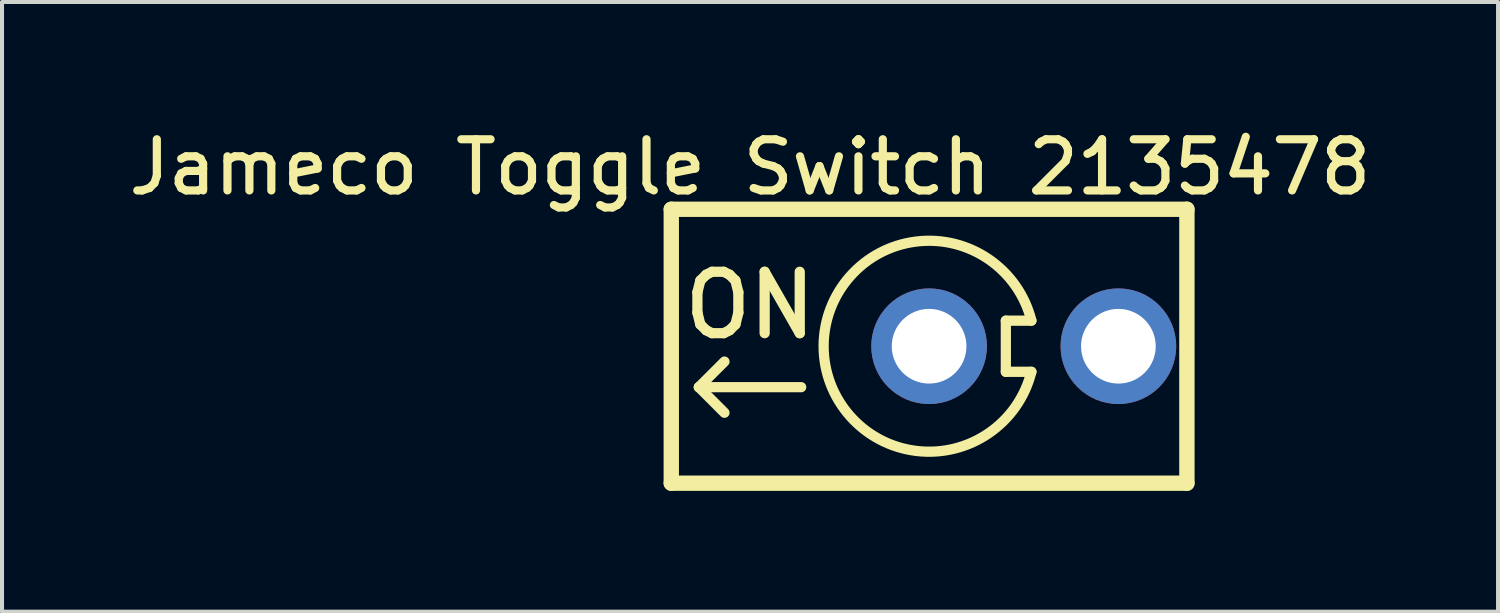
<source format=kicad_pcb>
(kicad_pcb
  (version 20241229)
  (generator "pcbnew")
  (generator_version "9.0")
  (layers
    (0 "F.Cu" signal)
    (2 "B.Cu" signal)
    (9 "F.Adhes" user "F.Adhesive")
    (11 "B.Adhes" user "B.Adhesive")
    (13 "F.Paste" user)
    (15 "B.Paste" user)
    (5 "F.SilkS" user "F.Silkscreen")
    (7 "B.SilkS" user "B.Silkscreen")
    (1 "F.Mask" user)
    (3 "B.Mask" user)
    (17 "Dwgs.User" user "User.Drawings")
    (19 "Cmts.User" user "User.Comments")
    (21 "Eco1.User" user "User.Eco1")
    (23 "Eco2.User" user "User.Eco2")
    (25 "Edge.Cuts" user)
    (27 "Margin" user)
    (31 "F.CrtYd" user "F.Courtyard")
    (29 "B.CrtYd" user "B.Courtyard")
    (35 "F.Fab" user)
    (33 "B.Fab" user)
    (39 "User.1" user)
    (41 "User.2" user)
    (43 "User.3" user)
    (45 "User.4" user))
  (footprint "Jameco Toggle Switch 2135478"
    (layer "F.Cu")
    (at 20.014 5.545)
    (property "Reference" "Jameco Toggle Switch 2135478" (at -4.445 -4.445 0) (layer "F.SilkS") (effects (font (size 1.27 1.27) (thickness 0.203))))
    (attr through_hole)
    (fp_line (start -6.4 -3.4) (end -6.4 3.4) (stroke (width 0.381) (type solid)) (layer "F.SilkS"))
    (fp_line (start -6.4 3.4) (end 6.4 3.4) (stroke (width 0.381) (type solid)) (layer "F.SilkS"))
    (fp_line (start -5.715 1.016) (end -5.08 1.651) (stroke (width 0.254) (type solid)) (layer "F.SilkS"))
    (fp_line (start -5.715 1.016) (end -3.175 1.016) (stroke (width 0.254) (type solid)) (layer "F.SilkS"))
    (fp_line (start -5.08 0.381) (end -5.715 1.016) (stroke (width 0.254) (type solid)) (layer "F.SilkS"))
    (fp_line (start 1.905 -0.635) (end 2.54 -0.635) (stroke (width 0.254) (type solid)) (layer "F.SilkS"))
    (fp_line (start 1.905 0.635) (end 1.905 -0.635) (stroke (width 0.254) (type solid)) (layer "F.SilkS"))
    (fp_line (start 2.54 0.635) (end 1.905 0.635) (stroke (width 0.254) (type solid)) (layer "F.SilkS"))
    (fp_line (start 6.4 -3.4) (end -6.4 -3.4) (stroke (width 0.381) (type solid)) (layer "F.SilkS"))
    (fp_line (start 6.4 3.4) (end 6.4 -3.4) (stroke (width 0.381) (type solid)) (layer "F.SilkS"))
    (fp_arc (start 2.54 0.635) (mid -2.618172 0.000629) (end 2.539695 -0.63622) (stroke (width 0.254) (type solid)) (layer "F.SilkS"))
    (fp_text user "ON" (at -4.445 -1.016 0) (layer "F.SilkS") (effects (font (size 1.524 1.524) (thickness 0.254))))
    (pad "2" thru_hole circle (at 0 0) (size 2.87 2.87) (drill 1.854) (layers "*.Cu" "*.Mask"))
    (pad "3" thru_hole circle (at 4.699 0) (size 2.87 2.87) (drill 1.854) (layers "*.Cu" "*.Mask")))
  (gr_rect
    (start -3 -3)
    (end 34.138 12.135)
    (stroke (width 0.1) (type default))
    (fill no)
    (layer "Edge.Cuts")))
</source>
